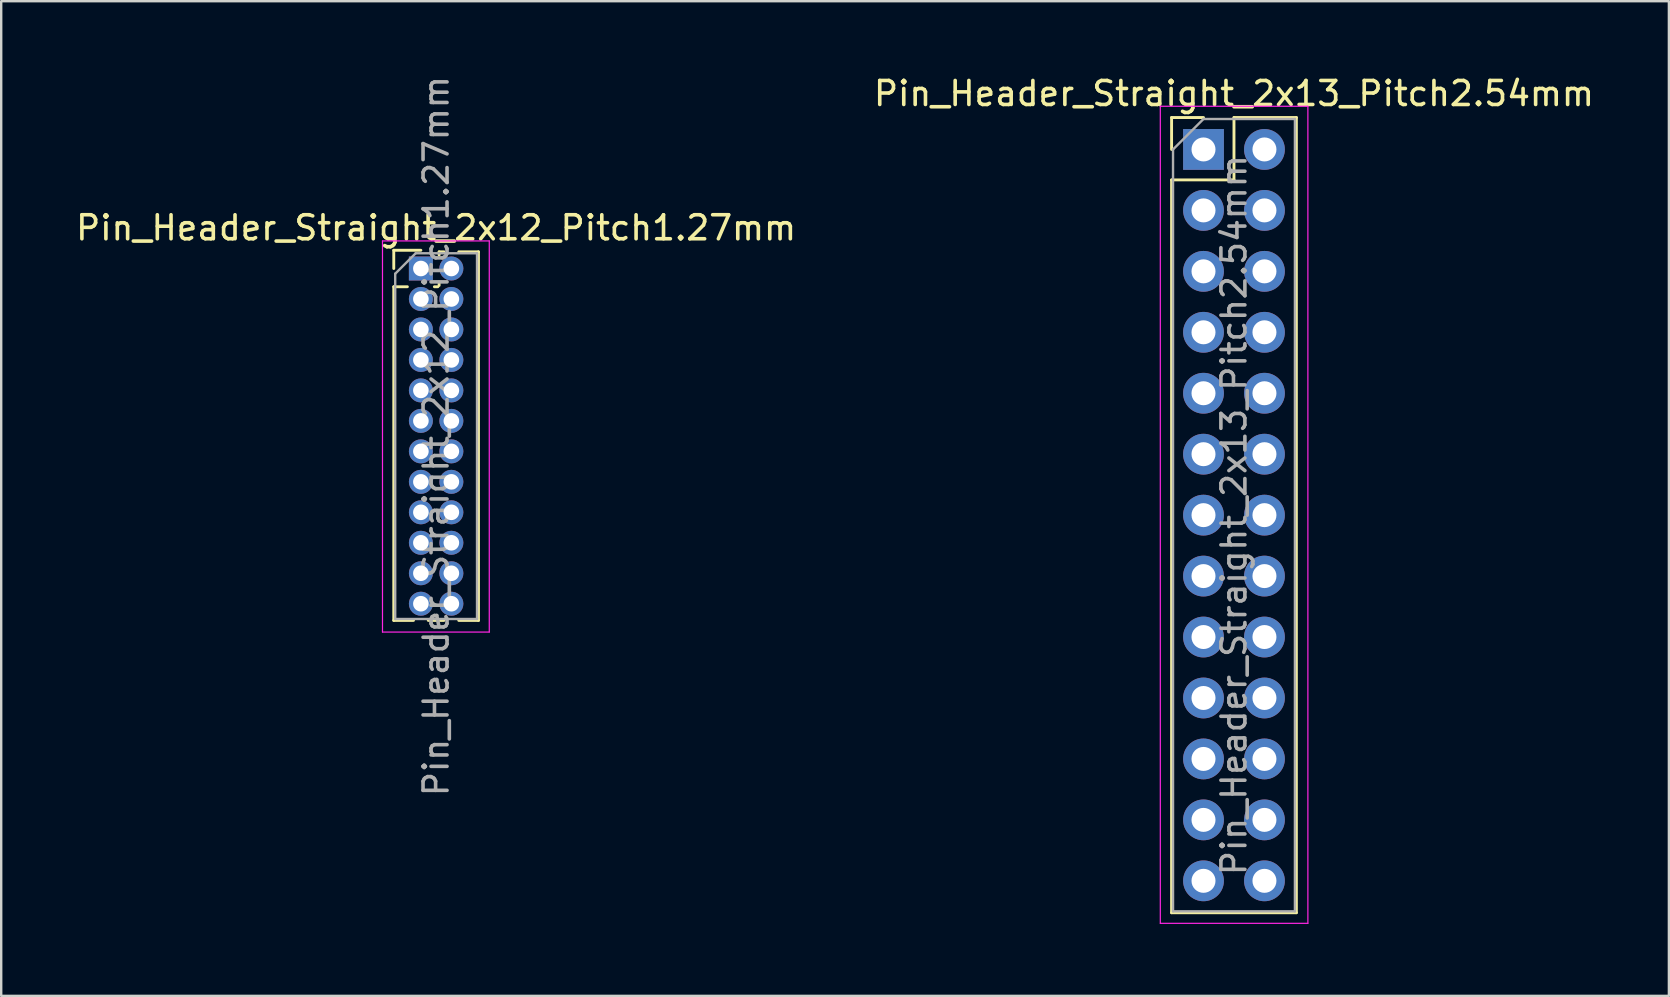
<source format=kicad_pcb>
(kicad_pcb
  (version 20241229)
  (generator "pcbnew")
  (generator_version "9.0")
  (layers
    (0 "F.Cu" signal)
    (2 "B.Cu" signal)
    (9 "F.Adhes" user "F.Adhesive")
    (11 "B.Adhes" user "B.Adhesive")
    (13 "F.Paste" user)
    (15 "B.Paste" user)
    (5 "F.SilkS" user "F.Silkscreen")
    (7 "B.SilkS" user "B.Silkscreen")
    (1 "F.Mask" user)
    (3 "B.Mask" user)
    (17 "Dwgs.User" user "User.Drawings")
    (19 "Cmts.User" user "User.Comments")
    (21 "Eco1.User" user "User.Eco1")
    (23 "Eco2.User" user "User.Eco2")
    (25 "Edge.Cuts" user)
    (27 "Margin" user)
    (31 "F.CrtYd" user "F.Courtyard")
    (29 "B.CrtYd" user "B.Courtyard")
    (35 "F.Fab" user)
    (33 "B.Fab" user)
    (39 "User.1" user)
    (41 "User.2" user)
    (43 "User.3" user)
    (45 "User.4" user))
  (footprint "Pin_Header_Straight_2x12_Pitch1.27mm"
    (layer "F.Cu")
    (at 14.49 8.14)
    (property "Reference" "Pin_Header_Straight_2x12_Pitch1.27mm" (at 0.635 -1.695 0) (layer "F.SilkS") (effects (font (size 1 1) (thickness 0.15))))
    (attr through_hole)
    (fp_line (start -1.13 -0.76) (end 0 -0.76) (stroke (width 0.12) (type solid)) (layer "F.SilkS"))
    (fp_line (start -1.13 0) (end -1.13 -0.76) (stroke (width 0.12) (type solid)) (layer "F.SilkS"))
    (fp_line (start -1.13 0.76) (end -1.13 14.665) (stroke (width 0.12) (type solid)) (layer "F.SilkS"))
    (fp_line (start -1.13 0.76) (end -0.563 0.76) (stroke (width 0.12) (type solid)) (layer "F.SilkS"))
    (fp_line (start -1.13 14.665) (end -0.308 14.665) (stroke (width 0.12) (type solid)) (layer "F.SilkS"))
    (fp_line (start 0.308 14.665) (end 0.962 14.665) (stroke (width 0.12) (type solid)) (layer "F.SilkS"))
    (fp_line (start 0.563 0.76) (end 0.707 0.76) (stroke (width 0.12) (type solid)) (layer "F.SilkS"))
    (fp_line (start 0.76 -0.695) (end 0.962 -0.695) (stroke (width 0.12) (type solid)) (layer "F.SilkS"))
    (fp_line (start 0.76 -0.563) (end 0.76 -0.695) (stroke (width 0.12) (type solid)) (layer "F.SilkS"))
    (fp_line (start 0.76 0.707) (end 0.76 0.563) (stroke (width 0.12) (type solid)) (layer "F.SilkS"))
    (fp_line (start 1.578 -0.695) (end 2.4 -0.695) (stroke (width 0.12) (type solid)) (layer "F.SilkS"))
    (fp_line (start 1.578 14.665) (end 2.4 14.665) (stroke (width 0.12) (type solid)) (layer "F.SilkS"))
    (fp_line (start 2.4 -0.695) (end 2.4 14.665) (stroke (width 0.12) (type solid)) (layer "F.SilkS"))
    (fp_line (start -1.6 -1.15) (end -1.6 15.15) (stroke (width 0.05) (type solid)) (layer "F.CrtYd"))
    (fp_line (start -1.6 15.15) (end 2.85 15.15) (stroke (width 0.05) (type solid)) (layer "F.CrtYd"))
    (fp_line (start 2.85 -1.15) (end -1.6 -1.15) (stroke (width 0.05) (type solid)) (layer "F.CrtYd"))
    (fp_line (start 2.85 15.15) (end 2.85 -1.15) (stroke (width 0.05) (type solid)) (layer "F.CrtYd"))
    (fp_line (start -1.07 0.217) (end -0.217 -0.635) (stroke (width 0.1) (type solid)) (layer "F.Fab"))
    (fp_line (start -1.07 14.605) (end -1.07 0.217) (stroke (width 0.1) (type solid)) (layer "F.Fab"))
    (fp_line (start -0.217 -0.635) (end 2.34 -0.635) (stroke (width 0.1) (type solid)) (layer "F.Fab"))
    (fp_line (start 2.34 -0.635) (end 2.34 14.605) (stroke (width 0.1) (type solid)) (layer "F.Fab"))
    (fp_line (start 2.34 14.605) (end -1.07 14.605) (stroke (width 0.1) (type solid)) (layer "F.Fab"))
    (fp_text user "${REFERENCE}" (at 0.635 6.985 90) (layer "F.Fab") (effects (font (size 1 1) (thickness 0.15))))
    (pad "1" thru_hole rect (at 0 0) (size 1 1) (drill 0.65) (layers "*.Cu" "*.Mask"))
    (pad "2" thru_hole oval (at 1.27 0) (size 1 1) (drill 0.65) (layers "*.Cu" "*.Mask"))
    (pad "3" thru_hole oval (at 0 1.27) (size 1 1) (drill 0.65) (layers "*.Cu" "*.Mask"))
    (pad "4" thru_hole oval (at 1.27 1.27) (size 1 1) (drill 0.65) (layers "*.Cu" "*.Mask"))
    (pad "5" thru_hole oval (at 0 2.54) (size 1 1) (drill 0.65) (layers "*.Cu" "*.Mask"))
    (pad "6" thru_hole oval (at 1.27 2.54) (size 1 1) (drill 0.65) (layers "*.Cu" "*.Mask"))
    (pad "7" thru_hole oval (at 0 3.81) (size 1 1) (drill 0.65) (layers "*.Cu" "*.Mask"))
    (pad "8" thru_hole oval (at 1.27 3.81) (size 1 1) (drill 0.65) (layers "*.Cu" "*.Mask"))
    (pad "9" thru_hole oval (at 0 5.08) (size 1 1) (drill 0.65) (layers "*.Cu" "*.Mask"))
    (pad "10" thru_hole oval (at 1.27 5.08) (size 1 1) (drill 0.65) (layers "*.Cu" "*.Mask"))
    (pad "11" thru_hole oval (at 0 6.35) (size 1 1) (drill 0.65) (layers "*.Cu" "*.Mask"))
    (pad "12" thru_hole oval (at 1.27 6.35) (size 1 1) (drill 0.65) (layers "*.Cu" "*.Mask"))
    (pad "13" thru_hole oval (at 0 7.62) (size 1 1) (drill 0.65) (layers "*.Cu" "*.Mask"))
    (pad "14" thru_hole oval (at 1.27 7.62) (size 1 1) (drill 0.65) (layers "*.Cu" "*.Mask"))
    (pad "15" thru_hole oval (at 0 8.89) (size 1 1) (drill 0.65) (layers "*.Cu" "*.Mask"))
    (pad "16" thru_hole oval (at 1.27 8.89) (size 1 1) (drill 0.65) (layers "*.Cu" "*.Mask"))
    (pad "17" thru_hole oval (at 0 10.16) (size 1 1) (drill 0.65) (layers "*.Cu" "*.Mask"))
    (pad "18" thru_hole oval (at 1.27 10.16) (size 1 1) (drill 0.65) (layers "*.Cu" "*.Mask"))
    (pad "19" thru_hole oval (at 0 11.43) (size 1 1) (drill 0.65) (layers "*.Cu" "*.Mask"))
    (pad "20" thru_hole oval (at 1.27 11.43) (size 1 1) (drill 0.65) (layers "*.Cu" "*.Mask"))
    (pad "21" thru_hole oval (at 0 12.7) (size 1 1) (drill 0.65) (layers "*.Cu" "*.Mask"))
    (pad "22" thru_hole oval (at 1.27 12.7) (size 1 1) (drill 0.65) (layers "*.Cu" "*.Mask"))
    (pad "23" thru_hole oval (at 0 13.97) (size 1 1) (drill 0.65) (layers "*.Cu" "*.Mask"))
    (pad "24" thru_hole oval (at 1.27 13.97) (size 1 1) (drill 0.65) (layers "*.Cu" "*.Mask")))
  (footprint "Pin_Header_Straight_2x13_Pitch2.54mm"
    (layer "F.Cu")
    (at 47.105 3.178)
    (property "Reference" "Pin_Header_Straight_2x13_Pitch2.54mm" (at 1.27 -2.33 0) (layer "F.SilkS") (effects (font (size 1 1) (thickness 0.15))))
    (attr through_hole)
    (fp_line (start -1.33 -1.33) (end 0 -1.33) (stroke (width 0.12) (type solid)) (layer "F.SilkS"))
    (fp_line (start -1.33 0) (end -1.33 -1.33) (stroke (width 0.12) (type solid)) (layer "F.SilkS"))
    (fp_line (start -1.33 1.27) (end -1.33 31.81) (stroke (width 0.12) (type solid)) (layer "F.SilkS"))
    (fp_line (start -1.33 1.27) (end 1.27 1.27) (stroke (width 0.12) (type solid)) (layer "F.SilkS"))
    (fp_line (start -1.33 31.81) (end 3.87 31.81) (stroke (width 0.12) (type solid)) (layer "F.SilkS"))
    (fp_line (start 1.27 -1.33) (end 3.87 -1.33) (stroke (width 0.12) (type solid)) (layer "F.SilkS"))
    (fp_line (start 1.27 1.27) (end 1.27 -1.33) (stroke (width 0.12) (type solid)) (layer "F.SilkS"))
    (fp_line (start 3.87 -1.33) (end 3.87 31.81) (stroke (width 0.12) (type solid)) (layer "F.SilkS"))
    (fp_line (start -1.8 -1.8) (end -1.8 32.25) (stroke (width 0.05) (type solid)) (layer "F.CrtYd"))
    (fp_line (start -1.8 32.25) (end 4.35 32.25) (stroke (width 0.05) (type solid)) (layer "F.CrtYd"))
    (fp_line (start 4.35 -1.8) (end -1.8 -1.8) (stroke (width 0.05) (type solid)) (layer "F.CrtYd"))
    (fp_line (start 4.35 32.25) (end 4.35 -1.8) (stroke (width 0.05) (type solid)) (layer "F.CrtYd"))
    (fp_line (start -1.27 0) (end 0 -1.27) (stroke (width 0.1) (type solid)) (layer "F.Fab"))
    (fp_line (start -1.27 31.75) (end -1.27 0) (stroke (width 0.1) (type solid)) (layer "F.Fab"))
    (fp_line (start 0 -1.27) (end 3.81 -1.27) (stroke (width 0.1) (type solid)) (layer "F.Fab"))
    (fp_line (start 3.81 -1.27) (end 3.81 31.75) (stroke (width 0.1) (type solid)) (layer "F.Fab"))
    (fp_line (start 3.81 31.75) (end -1.27 31.75) (stroke (width 0.1) (type solid)) (layer "F.Fab"))
    (fp_text user "${REFERENCE}" (at 1.27 15.24 90) (layer "F.Fab") (effects (font (size 1 1) (thickness 0.15))))
    (pad "1" thru_hole rect (at 0 0) (size 1.7 1.7) (drill 1) (layers "*.Cu" "*.Mask"))
    (pad "2" thru_hole oval (at 2.54 0) (size 1.7 1.7) (drill 1) (layers "*.Cu" "*.Mask"))
    (pad "3" thru_hole oval (at 0 2.54) (size 1.7 1.7) (drill 1) (layers "*.Cu" "*.Mask"))
    (pad "4" thru_hole oval (at 2.54 2.54) (size 1.7 1.7) (drill 1) (layers "*.Cu" "*.Mask"))
    (pad "5" thru_hole oval (at 0 5.08) (size 1.7 1.7) (drill 1) (layers "*.Cu" "*.Mask"))
    (pad "6" thru_hole oval (at 2.54 5.08) (size 1.7 1.7) (drill 1) (layers "*.Cu" "*.Mask"))
    (pad "7" thru_hole oval (at 0 7.62) (size 1.7 1.7) (drill 1) (layers "*.Cu" "*.Mask"))
    (pad "8" thru_hole oval (at 2.54 7.62) (size 1.7 1.7) (drill 1) (layers "*.Cu" "*.Mask"))
    (pad "9" thru_hole oval (at 0 10.16) (size 1.7 1.7) (drill 1) (layers "*.Cu" "*.Mask"))
    (pad "10" thru_hole oval (at 2.54 10.16) (size 1.7 1.7) (drill 1) (layers "*.Cu" "*.Mask"))
    (pad "11" thru_hole oval (at 0 12.7) (size 1.7 1.7) (drill 1) (layers "*.Cu" "*.Mask"))
    (pad "12" thru_hole oval (at 2.54 12.7) (size 1.7 1.7) (drill 1) (layers "*.Cu" "*.Mask"))
    (pad "13" thru_hole oval (at 0 15.24) (size 1.7 1.7) (drill 1) (layers "*.Cu" "*.Mask"))
    (pad "14" thru_hole oval (at 2.54 15.24) (size 1.7 1.7) (drill 1) (layers "*.Cu" "*.Mask"))
    (pad "15" thru_hole oval (at 0 17.78) (size 1.7 1.7) (drill 1) (layers "*.Cu" "*.Mask"))
    (pad "16" thru_hole oval (at 2.54 17.78) (size 1.7 1.7) (drill 1) (layers "*.Cu" "*.Mask"))
    (pad "17" thru_hole oval (at 0 20.32) (size 1.7 1.7) (drill 1) (layers "*.Cu" "*.Mask"))
    (pad "18" thru_hole oval (at 2.54 20.32) (size 1.7 1.7) (drill 1) (layers "*.Cu" "*.Mask"))
    (pad "19" thru_hole oval (at 0 22.86) (size 1.7 1.7) (drill 1) (layers "*.Cu" "*.Mask"))
    (pad "20" thru_hole oval (at 2.54 22.86) (size 1.7 1.7) (drill 1) (layers "*.Cu" "*.Mask"))
    (pad "21" thru_hole oval (at 0 25.4) (size 1.7 1.7) (drill 1) (layers "*.Cu" "*.Mask"))
    (pad "22" thru_hole oval (at 2.54 25.4) (size 1.7 1.7) (drill 1) (layers "*.Cu" "*.Mask"))
    (pad "23" thru_hole oval (at 0 27.94) (size 1.7 1.7) (drill 1) (layers "*.Cu" "*.Mask"))
    (pad "24" thru_hole oval (at 2.54 27.94) (size 1.7 1.7) (drill 1) (layers "*.Cu" "*.Mask"))
    (pad "25" thru_hole oval (at 0 30.48) (size 1.7 1.7) (drill 1) (layers "*.Cu" "*.Mask"))
    (pad "26" thru_hole oval (at 2.54 30.48) (size 1.7 1.7) (drill 1) (layers "*.Cu" "*.Mask")))
  (gr_rect
    (start -3 -3)
    (end 66.5 38.453)
    (stroke (width 0.1) (type default))
    (fill no)
    (layer "Edge.Cuts")))
</source>
